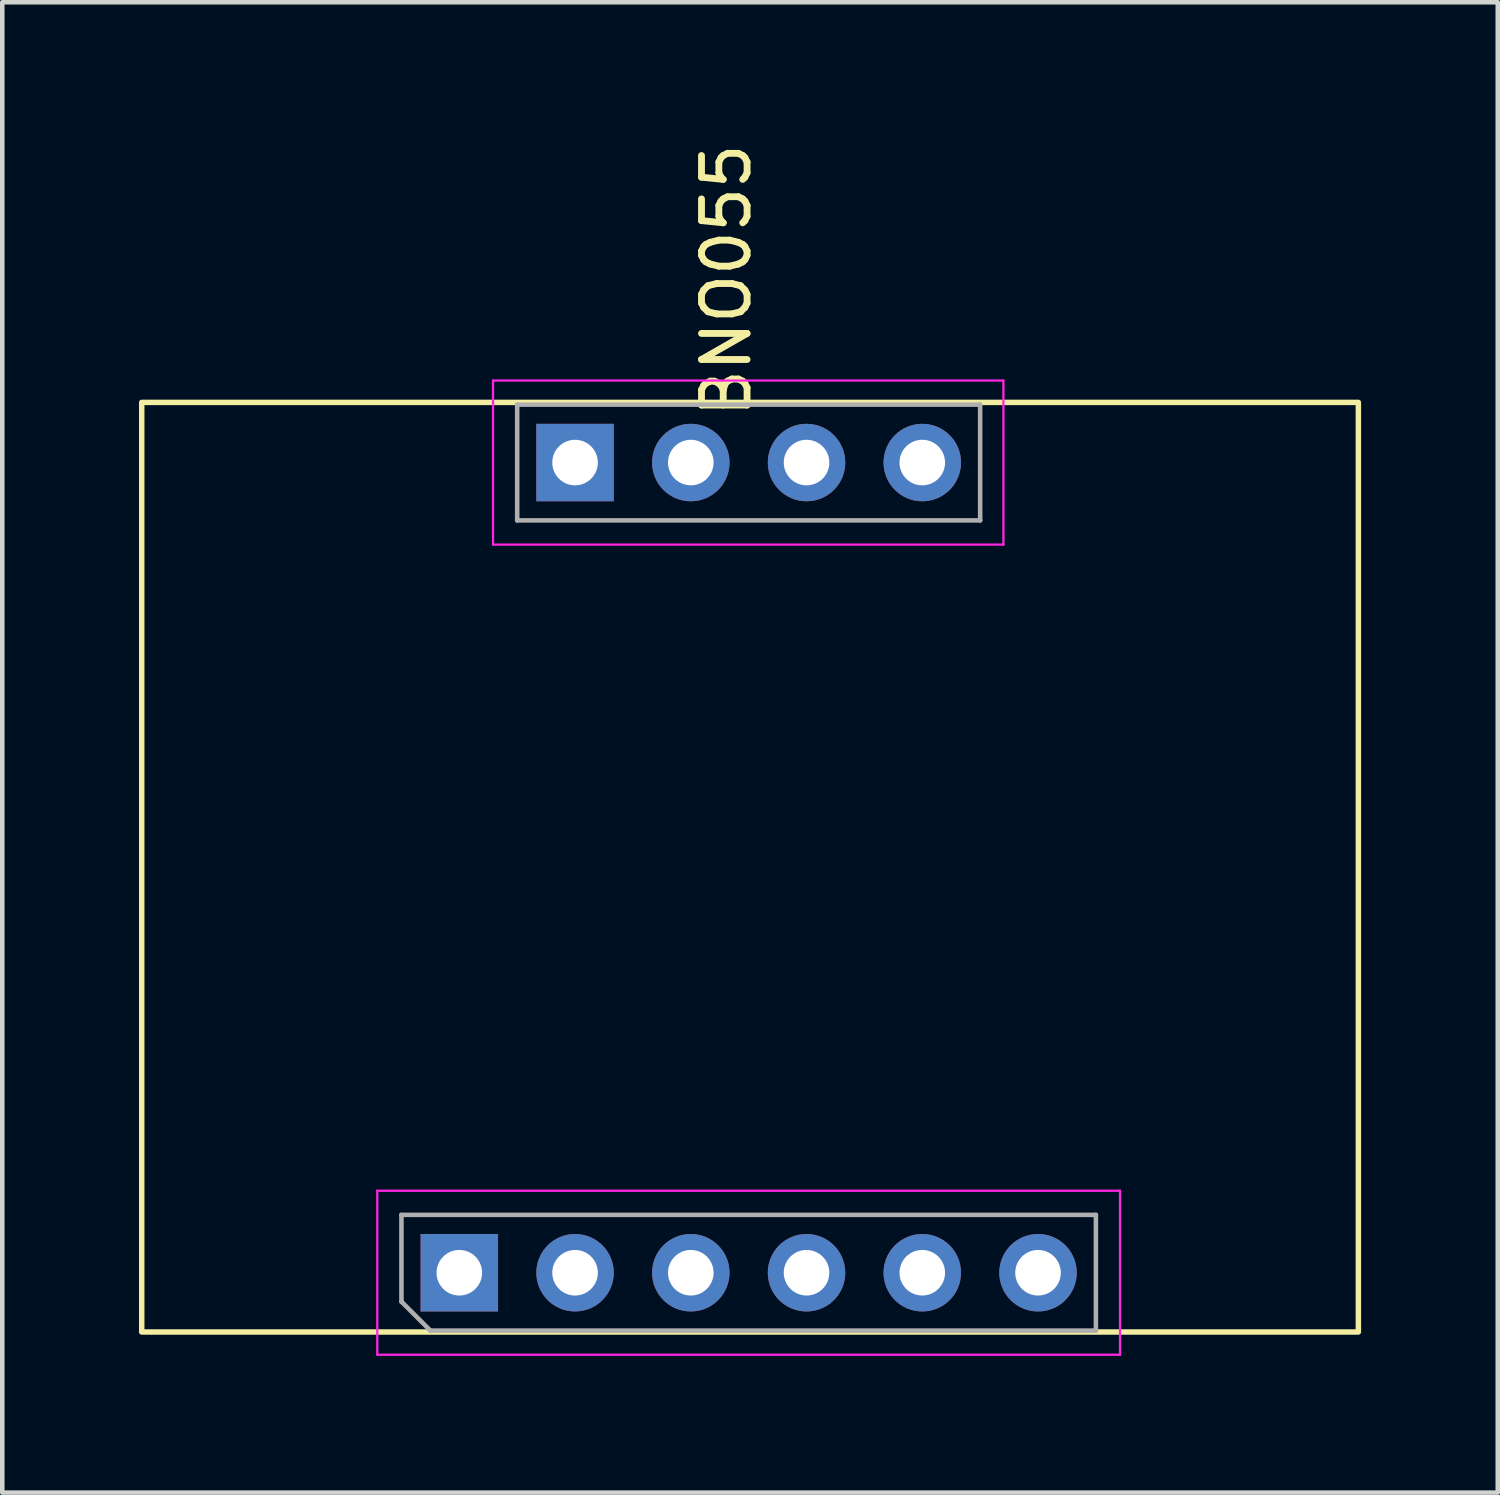
<source format=kicad_pcb>
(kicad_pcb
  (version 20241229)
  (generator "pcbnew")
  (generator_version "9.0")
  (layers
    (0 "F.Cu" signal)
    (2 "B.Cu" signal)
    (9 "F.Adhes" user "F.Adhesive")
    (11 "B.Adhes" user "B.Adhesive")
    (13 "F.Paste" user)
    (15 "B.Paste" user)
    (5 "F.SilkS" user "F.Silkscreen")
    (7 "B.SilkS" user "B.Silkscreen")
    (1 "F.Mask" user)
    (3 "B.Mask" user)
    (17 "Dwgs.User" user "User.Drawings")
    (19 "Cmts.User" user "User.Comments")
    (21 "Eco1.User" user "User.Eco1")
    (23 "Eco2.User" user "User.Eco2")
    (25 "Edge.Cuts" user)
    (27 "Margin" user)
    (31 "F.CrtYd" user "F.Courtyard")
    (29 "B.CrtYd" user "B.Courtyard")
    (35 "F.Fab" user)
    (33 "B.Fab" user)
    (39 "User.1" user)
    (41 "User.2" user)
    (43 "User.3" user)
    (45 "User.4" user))
  (footprint "BNO055"
    (layer "F.Cu")
    (at 12.11 24.881)
    (property "Reference" "BNO055" (at 0.78 -21.78 90) (unlocked yes) (layer "F.SilkS") (effects (font (size 1 1) (thickness 0.15))))
    (attr through_hole)
    (fp_rect (start -12.05 -19.1) (end 14.65 1.3) (stroke (width 0.12) (type default)) (fill no) (layer "F.SilkS"))
    (fp_line (start -6.88 -1.8) (end -6.88 1.8) (stroke (width 0.05) (type solid)) (layer "F.CrtYd"))
    (fp_line (start -6.88 1.8) (end 9.42 1.8) (stroke (width 0.05) (type solid)) (layer "F.CrtYd"))
    (fp_line (start -4.34 -19.58) (end -4.34 -15.98) (stroke (width 0.05) (type solid)) (layer "F.CrtYd"))
    (fp_line (start -4.34 -15.98) (end 6.86 -15.98) (stroke (width 0.05) (type solid)) (layer "F.CrtYd"))
    (fp_line (start 6.86 -19.58) (end -4.34 -19.58) (stroke (width 0.05) (type solid)) (layer "F.CrtYd"))
    (fp_line (start 6.86 -15.98) (end 6.86 -19.58) (stroke (width 0.05) (type solid)) (layer "F.CrtYd"))
    (fp_line (start 9.42 -1.8) (end -6.88 -1.8) (stroke (width 0.05) (type solid)) (layer "F.CrtYd"))
    (fp_line (start 9.42 1.8) (end 9.42 -1.8) (stroke (width 0.05) (type solid)) (layer "F.CrtYd"))
    (fp_line (start -6.35 -1.27) (end 8.89 -1.27) (stroke (width 0.1) (type solid)) (layer "F.Fab"))
    (fp_line (start -6.35 0.635) (end -6.35 -1.27) (stroke (width 0.1) (type solid)) (layer "F.Fab"))
    (fp_line (start -5.715 1.27) (end -6.35 0.635) (stroke (width 0.1) (type solid)) (layer "F.Fab"))
    (fp_line (start -3.81 -19.05) (end 6.35 -19.05) (stroke (width 0.1) (type solid)) (layer "F.Fab"))
    (fp_line (start -3.81 -16.51) (end -3.81 -19.05) (stroke (width 0.1) (type solid)) (layer "F.Fab"))
    (fp_line (start 6.35 -19.05) (end 6.35 -16.51) (stroke (width 0.1) (type solid)) (layer "F.Fab"))
    (fp_line (start 6.35 -16.51) (end -3.81 -16.51) (stroke (width 0.1) (type solid)) (layer "F.Fab"))
    (fp_line (start 8.89 -1.27) (end 8.89 1.27) (stroke (width 0.1) (type solid)) (layer "F.Fab"))
    (fp_line (start 8.89 1.27) (end -5.715 1.27) (stroke (width 0.1) (type solid)) (layer "F.Fab"))
    (pad "1" thru_hole rect (at -5.08 0 90) (size 1.7 1.7) (drill 1) (layers "*.Cu" "*.Mask"))
    (pad "2" thru_hole oval (at -2.54 0 90) (size 1.7 1.7) (drill 1) (layers "*.Cu" "*.Mask"))
    (pad "3" thru_hole oval (at 0 0 90) (size 1.7 1.7) (drill 1) (layers "*.Cu" "*.Mask"))
    (pad "4" thru_hole oval (at 2.54 0 90) (size 1.7 1.7) (drill 1) (layers "*.Cu" "*.Mask"))
    (pad "5" thru_hole oval (at 5.08 0 90) (size 1.7 1.7) (drill 1) (layers "*.Cu" "*.Mask"))
    (pad "6" thru_hole oval (at 7.62 0 90) (size 1.7 1.7) (drill 1) (layers "*.Cu" "*.Mask"))
    (pad "7" thru_hole oval (at 5.08 -17.78 90) (size 1.7 1.7) (drill 1) (layers "*.Cu" "*.Mask"))
    (pad "8" thru_hole oval (at 2.54 -17.78 90) (size 1.7 1.7) (drill 1) (layers "*.Cu" "*.Mask"))
    (pad "9" thru_hole oval (at 0 -17.78 90) (size 1.7 1.7) (drill 1) (layers "*.Cu" "*.Mask"))
    (pad "10" thru_hole rect (at -2.54 -17.78 90) (size 1.7 1.7) (drill 1) (layers "*.Cu" "*.Mask")))
  (gr_rect
    (start -3 -3)
    (end 29.82 29.706)
    (stroke (width 0.1) (type default))
    (fill no)
    (layer "Edge.Cuts")))
</source>
